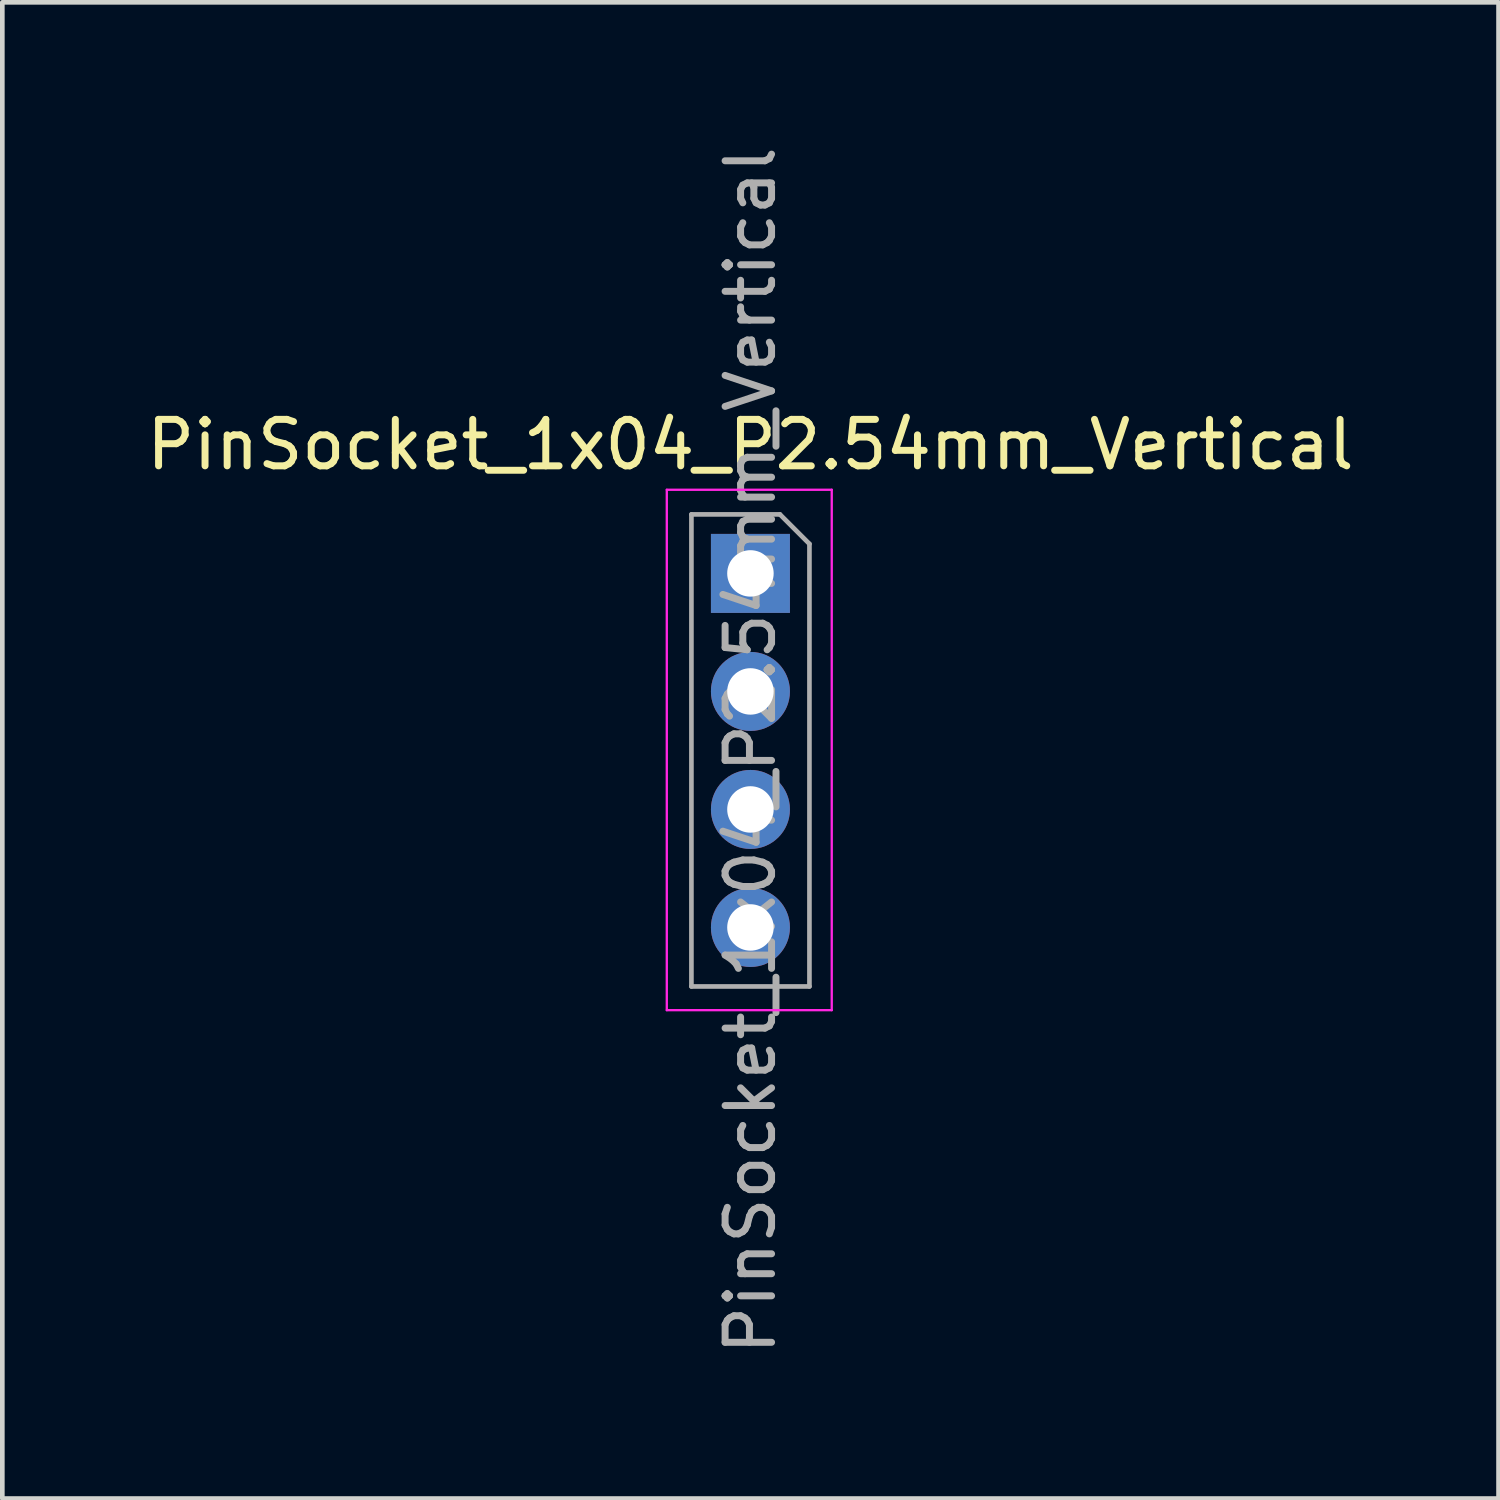
<source format=kicad_pcb>
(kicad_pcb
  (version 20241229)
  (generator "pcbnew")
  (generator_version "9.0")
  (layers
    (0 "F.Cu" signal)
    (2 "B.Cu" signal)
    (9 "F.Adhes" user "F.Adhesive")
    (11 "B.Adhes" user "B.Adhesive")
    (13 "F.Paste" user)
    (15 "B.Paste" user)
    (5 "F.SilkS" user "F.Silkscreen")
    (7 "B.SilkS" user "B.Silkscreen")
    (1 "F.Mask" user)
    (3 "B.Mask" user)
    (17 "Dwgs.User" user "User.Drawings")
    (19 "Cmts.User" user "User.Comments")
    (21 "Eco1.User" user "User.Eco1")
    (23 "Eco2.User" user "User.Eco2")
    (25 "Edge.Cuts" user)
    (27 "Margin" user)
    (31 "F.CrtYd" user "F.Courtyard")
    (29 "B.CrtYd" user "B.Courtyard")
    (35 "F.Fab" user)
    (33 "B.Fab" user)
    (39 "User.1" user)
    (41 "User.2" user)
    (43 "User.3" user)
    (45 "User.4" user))
  (footprint "PinSocket_1x04_P2.54mm_Vertical"
    (layer "F.Cu")
    (at 13.101 9.291)
    (property "Reference" "PinSocket_1x04_P2.54mm_Vertical" (at 0 -2.77 0) (layer "F.SilkS") (effects (font (size 1 1) (thickness 0.15))))
    (attr through_hole)
    (fp_line (start -1.8 -1.8) (end 1.75 -1.8) (stroke (width 0.05) (type solid)) (layer "F.CrtYd"))
    (fp_line (start -1.8 9.4) (end -1.8 -1.8) (stroke (width 0.05) (type solid)) (layer "F.CrtYd"))
    (fp_line (start 1.75 -1.8) (end 1.75 9.4) (stroke (width 0.05) (type solid)) (layer "F.CrtYd"))
    (fp_line (start 1.75 9.4) (end -1.8 9.4) (stroke (width 0.05) (type solid)) (layer "F.CrtYd"))
    (fp_line (start -1.27 -1.27) (end 0.635 -1.27) (stroke (width 0.1) (type solid)) (layer "F.Fab"))
    (fp_line (start -1.27 8.89) (end -1.27 -1.27) (stroke (width 0.1) (type solid)) (layer "F.Fab"))
    (fp_line (start 0.635 -1.27) (end 1.27 -0.635) (stroke (width 0.1) (type solid)) (layer "F.Fab"))
    (fp_line (start 1.27 -0.635) (end 1.27 8.89) (stroke (width 0.1) (type solid)) (layer "F.Fab"))
    (fp_line (start 1.27 8.89) (end -1.27 8.89) (stroke (width 0.1) (type solid)) (layer "F.Fab"))
    (fp_text user "${REFERENCE}" (at 0 3.81 90) (layer "F.Fab") (effects (font (size 1 1) (thickness 0.15))))
    (pad "1" thru_hole rect (at 0 0) (size 1.7 1.7) (drill 1) (layers "*.Cu" "*.Mask"))
    (pad "2" thru_hole oval (at 0 2.54) (size 1.7 1.7) (drill 1) (layers "*.Cu" "*.Mask"))
    (pad "3" thru_hole oval (at 0 5.08) (size 1.7 1.7) (drill 1) (layers "*.Cu" "*.Mask"))
    (pad "4" thru_hole oval (at 0 7.62) (size 1.7 1.7) (drill 1) (layers "*.Cu" "*.Mask")))
  (gr_rect
    (start -3 -3)
    (end 29.202 29.202)
    (stroke (width 0.1) (type default))
    (fill no)
    (layer "Edge.Cuts")))
</source>
